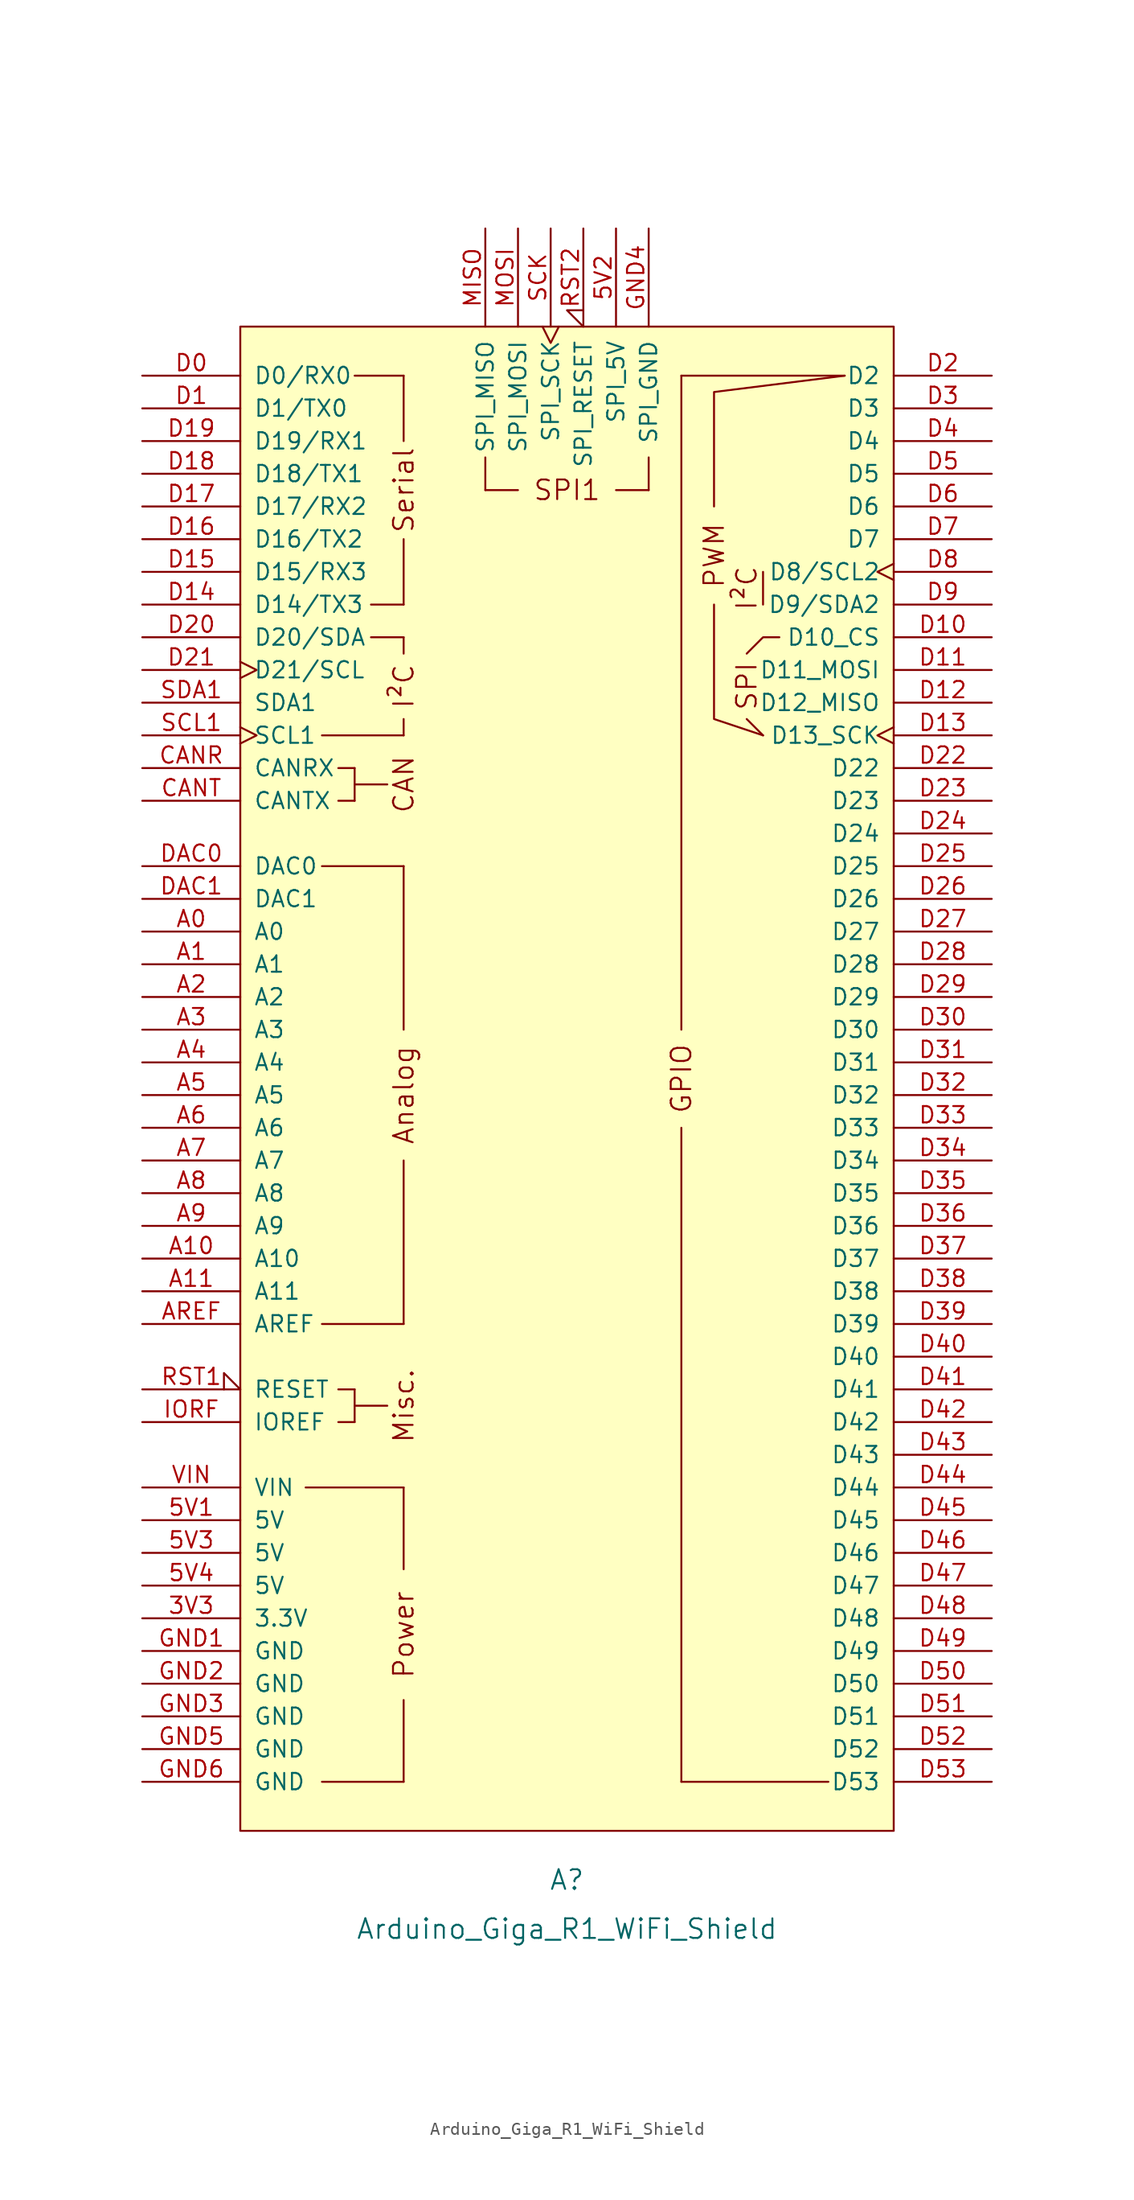
<source format=kicad_sym>
(kicad_symbol_lib
  (version 20211014)
  (generator kicad_symbol_editor)
  (symbol "Arduino_Giga_R1_WiFi_Shield"
    (pin_names
      (offset 1.016))
    (property "Reference" "A"
      (at 0 -62.23 0)
      (effects (font (size 1.524 1.524))))
    (property "Value" "Arduino_Giga_R1_WiFi_Shield"
      (at 0 -66.04 0)
      (effects (font (size 1.524 1.524))))
    (symbol "Arduino_Giga_R1_WiFi_Shield_0_0"
      (rectangle (start -25.4 -58.42) (end 25.4 58.42) (stroke (width 0) (type default) (color 0 0 0 0)) (fill (type background)))
      (rectangle (start -20.32 -31.75) (end -12.7 -31.75) (stroke (width 0) (type default) (color 0 0 0 0)) (fill (type none)))
      (rectangle (start -19.05 -54.61) (end -12.7 -54.61) (stroke (width 0) (type default) (color 0 0 0 0)) (fill (type none)))
      (rectangle (start -19.05 -19.05) (end -12.7 -19.05) (stroke (width 0) (type default) (color 0 0 0 0)) (fill (type none)))
      (rectangle (start -19.05 16.51) (end -12.7 16.51) (stroke (width 0) (type default) (color 0 0 0 0)) (fill (type none)))
      (rectangle (start -19.05 26.67) (end -12.7 26.67) (stroke (width 0) (type default) (color 0 0 0 0)) (fill (type none)))
      (rectangle (start -17.78 -26.67) (end -16.51 -26.67) (stroke (width 0) (type default) (color 0 0 0 0)) (fill (type none)))
      (rectangle (start -17.78 -24.13) (end -16.51 -24.13) (stroke (width 0) (type default) (color 0 0 0 0)) (fill (type none)))
      (rectangle (start -17.78 21.59) (end -16.51 21.59) (stroke (width 0) (type default) (color 0 0 0 0)) (fill (type none)))
      (rectangle (start -17.78 24.13) (end -16.51 24.13) (stroke (width 0) (type default) (color 0 0 0 0)) (fill (type none)))
      (rectangle (start -16.51 -25.4) (end -13.97 -25.4) (stroke (width 0) (type default) (color 0 0 0 0)) (fill (type none)))
      (rectangle (start -16.51 -24.13) (end -16.51 -26.67) (stroke (width 0) (type default) (color 0 0 0 0)) (fill (type none)))
      (rectangle (start -16.51 22.86) (end -13.97 22.86) (stroke (width 0) (type default) (color 0 0 0 0)) (fill (type none)))
      (rectangle (start -16.51 24.13) (end -16.51 21.59) (stroke (width 0) (type default) (color 0 0 0 0)) (fill (type none)))
      (rectangle (start -16.51 54.61) (end -12.7 54.61) (stroke (width 0) (type default) (color 0 0 0 0)) (fill (type none)))
      (rectangle (start -15.24 34.29) (end -12.7 34.29) (stroke (width 0) (type default) (color 0 0 0 0)) (fill (type none)))
      (rectangle (start -15.24 36.83) (end -12.7 36.83) (stroke (width 0) (type default) (color 0 0 0 0)) (fill (type none)))
      (rectangle (start -12.7 -54.61) (end -12.7 -48.26) (stroke (width 0) (type default) (color 0 0 0 0)) (fill (type none)))
      (rectangle (start -12.7 -31.75) (end -12.7 -38.1) (stroke (width 0) (type default) (color 0 0 0 0)) (fill (type none)))
      (rectangle (start -12.7 -6.35) (end -12.7 -19.05) (stroke (width 0) (type default) (color 0 0 0 0)) (fill (type none)))
      (rectangle (start -12.7 16.51) (end -12.7 3.81) (stroke (width 0) (type default) (color 0 0 0 0)) (fill (type none)))
      (rectangle (start -12.7 26.67) (end -12.7 27.94) (stroke (width 0) (type default) (color 0 0 0 0)) (fill (type none)))
      (rectangle (start -12.7 34.29) (end -12.7 33.02) (stroke (width 0) (type default) (color 0 0 0 0)) (fill (type none)))
      (rectangle (start -12.7 41.91) (end -12.7 36.83) (stroke (width 0) (type default) (color 0 0 0 0)) (fill (type none)))
      (rectangle (start -12.7 49.53) (end -12.7 54.61) (stroke (width 0) (type default) (color 0 0 0 0)) (fill (type none)))
      (rectangle (start -6.35 45.72) (end -3.81 45.72) (stroke (width 0) (type default) (color 0 0 0 0)) (fill (type none)))
      (rectangle (start -6.35 48.26) (end -6.35 45.72) (stroke (width 0) (type default) (color 0 0 0 0)) (fill (type none)))
      (polyline (pts (xy 8.89 -54.61) (xy 20.32 -54.61)) (stroke (width 0) (type default) (color 0 0 0 0)) (fill (type none)))
      (polyline (pts (xy 15.24 26.67) (xy 13.97 27.94)) (stroke (width 0) (type default) (color 0 0 0 0)) (fill (type none)))
      (polyline (pts (xy 15.24 39.37) (xy 15.24 36.83)) (stroke (width 0) (type default) (color 0 0 0 0)) (fill (type none)))
      (polyline (pts (xy 21.59 54.61) (xy 8.89 54.61)) (stroke (width 0) (type default) (color 0 0 0 0)) (fill (type none)))
      (polyline (pts (xy 11.43 44.45) (xy 11.43 53.34) (xy 21.59 54.61)) (stroke (width 0) (type default) (color 0 0 0 0)) (fill (type none)))
      (polyline (pts (xy 13.97 33.02) (xy 15.24 34.29) (xy 16.51 34.29)) (stroke (width 0) (type default) (color 0 0 0 0)) (fill (type none)))
      (polyline (pts (xy 15.24 26.67) (xy 11.43 27.94) (xy 11.43 36.83)) (stroke (width 0) (type default) (color 0 0 0 0)) (fill (type none)))
      (rectangle (start 3.81 45.72) (end 6.35 45.72) (stroke (width 0) (type default) (color 0 0 0 0)) (fill (type none)))
      (rectangle (start 6.35 48.26) (end 6.35 45.72) (stroke (width 0) (type default) (color 0 0 0 0)) (fill (type none)))
      (text "Analog" (at -12.7 -1.27 900) (effects (font (size 1.524 1.524))))
      (text "CAN" (at -12.7 22.86 900) (effects (font (size 1.524 1.524))))
      (text "I²C" (at -12.7 30.48 900) (effects (font (size 1.524 1.524))))
      (text "I²C" (at 13.97 38.1 900) (effects (font (size 1.524 1.524))))
      (text "Misc." (at -12.7 -25.4 900) (effects (font (size 1.524 1.524))))
      (text "Power" (at -12.7 -43.18 900) (effects (font (size 1.524 1.524))))
      (text "PWM" (at 11.43 40.64 900) (effects (font (size 1.524 1.524))))
      (text "Serial" (at -12.7 45.72 900) (effects (font (size 1.524 1.524))))
      (text "SPI" (at 13.97 30.48 900) (effects (font (size 1.524 1.524))))
      (text "SPI1" (at 0 45.72 0) (effects (font (size 1.524 1.524)))))
    (symbol "Arduino_Giga_R1_WiFi_Shield_1_0"
      (rectangle (start 8.89 -3.81) (end 8.89 -54.61) (stroke (width 0) (type default) (color 0 0 0 0)) (fill (type none)))
      (rectangle (start 8.89 54.61) (end 8.89 3.81) (stroke (width 0) (type default) (color 0 0 0 0)) (fill (type none)))
      (text "GPIO" (at 8.89 0 900) (effects (font (size 1.524 1.524)))))
    (symbol "Arduino_Giga_R1_WiFi_Shield_1_1"
      (pin power_out line (at -33.02 -41.91 0) (length 7.62) (name "3.3V" (effects (font (size 1.27 1.27)))) (number "3V3" (effects (font (size 1.27 1.27)))))
      (pin power_in line (at -33.02 -34.29 0) (length 7.62) (name "5V" (effects (font (size 1.27 1.27)))) (number "5V1" (effects (font (size 1.27 1.27)))))
      (pin power_in line (at 3.81 66.04 270) (length 7.62) (name "SPI_5V" (effects (font (size 1.27 1.27)))) (number "5V2" (effects (font (size 1.27 1.27)))))
      (pin power_in line (at -33.02 -36.83 0) (length 7.62) (name "5V" (effects (font (size 1.27 1.27)))) (number "5V3" (effects (font (size 1.27 1.27)))))
      (pin power_in line (at -33.02 -39.37 0) (length 7.62) (name "5V" (effects (font (size 1.27 1.27)))) (number "5V4" (effects (font (size 1.27 1.27)))))
      (pin bidirectional line (at -33.02 11.43 0) (length 7.62) (name "A0" (effects (font (size 1.27 1.27)))) (number "A0" (effects (font (size 1.27 1.27)))))
      (pin bidirectional line (at -33.02 8.89 0) (length 7.62) (name "A1" (effects (font (size 1.27 1.27)))) (number "A1" (effects (font (size 1.27 1.27)))))
      (pin input line (at -33.02 -13.97 0) (length 7.62) (name "A10" (effects (font (size 1.27 1.27)))) (number "A10" (effects (font (size 1.27 1.27)))))
      (pin input line (at -33.02 -16.51 0) (length 7.62) (name "A11" (effects (font (size 1.27 1.27)))) (number "A11" (effects (font (size 1.27 1.27)))))
      (pin bidirectional line (at -33.02 6.35 0) (length 7.62) (name "A2" (effects (font (size 1.27 1.27)))) (number "A2" (effects (font (size 1.27 1.27)))))
      (pin bidirectional line (at -33.02 3.81 0) (length 7.62) (name "A3" (effects (font (size 1.27 1.27)))) (number "A3" (effects (font (size 1.27 1.27)))))
      (pin bidirectional line (at -33.02 1.27 0) (length 7.62) (name "A4" (effects (font (size 1.27 1.27)))) (number "A4" (effects (font (size 1.27 1.27)))))
      (pin bidirectional line (at -33.02 -1.27 0) (length 7.62) (name "A5" (effects (font (size 1.27 1.27)))) (number "A5" (effects (font (size 1.27 1.27)))))
      (pin bidirectional line (at -33.02 -3.81 0) (length 7.62) (name "A6" (effects (font (size 1.27 1.27)))) (number "A6" (effects (font (size 1.27 1.27)))))
      (pin bidirectional line (at -33.02 -6.35 0) (length 7.62) (name "A7" (effects (font (size 1.27 1.27)))) (number "A7" (effects (font (size 1.27 1.27)))))
      (pin input line (at -33.02 -8.89 0) (length 7.62) (name "A8" (effects (font (size 1.27 1.27)))) (number "A8" (effects (font (size 1.27 1.27)))))
      (pin input line (at -33.02 -11.43 0) (length 7.62) (name "A9" (effects (font (size 1.27 1.27)))) (number "A9" (effects (font (size 1.27 1.27)))))
      (pin input line (at -33.02 -19.05 0) (length 7.62) (name "AREF" (effects (font (size 1.27 1.27)))) (number "AREF" (effects (font (size 1.27 1.27)))))
      (pin bidirectional line (at -33.02 24.13 0) (length 7.62) (name "CANRX" (effects (font (size 1.27 1.27)))) (number "CANR" (effects (font (size 1.27 1.27)))))
      (pin bidirectional line (at -33.02 21.59 0) (length 7.62) (name "CANTX" (effects (font (size 1.27 1.27)))) (number "CANT" (effects (font (size 1.27 1.27)))))
      (pin bidirectional line (at -33.02 54.61 0) (length 7.62) (name "D0/RX0" (effects (font (size 1.27 1.27)))) (number "D0" (effects (font (size 1.27 1.27)))))
      (pin bidirectional line (at -33.02 52.07 0) (length 7.62) (name "D1/TX0" (effects (font (size 1.27 1.27)))) (number "D1" (effects (font (size 1.27 1.27)))))
      (pin bidirectional line (at 33.02 34.29 180) (length 7.62) (name "D10_CS" (effects (font (size 1.27 1.27)))) (number "D10" (effects (font (size 1.27 1.27)))))
      (pin bidirectional line (at 33.02 31.75 180) (length 7.62) (name "D11_MOSI" (effects (font (size 1.27 1.27)))) (number "D11" (effects (font (size 1.27 1.27)))))
      (pin bidirectional line (at 33.02 29.21 180) (length 7.62) (name "D12_MISO" (effects (font (size 1.27 1.27)))) (number "D12" (effects (font (size 1.27 1.27)))))
      (pin bidirectional clock (at 33.02 26.67 180) (length 7.62) (name "D13_SCK" (effects (font (size 1.27 1.27)))) (number "D13" (effects (font (size 1.27 1.27)))))
      (pin bidirectional line (at -33.02 36.83 0) (length 7.62) (name "D14/TX3" (effects (font (size 1.27 1.27)))) (number "D14" (effects (font (size 1.27 1.27)))))
      (pin bidirectional line (at -33.02 39.37 0) (length 7.62) (name "D15/RX3" (effects (font (size 1.27 1.27)))) (number "D15" (effects (font (size 1.27 1.27)))))
      (pin bidirectional line (at -33.02 41.91 0) (length 7.62) (name "D16/TX2" (effects (font (size 1.27 1.27)))) (number "D16" (effects (font (size 1.27 1.27)))))
      (pin bidirectional line (at -33.02 44.45 0) (length 7.62) (name "D17/RX2" (effects (font (size 1.27 1.27)))) (number "D17" (effects (font (size 1.27 1.27)))))
      (pin bidirectional line (at -33.02 46.99 0) (length 7.62) (name "D18/TX1" (effects (font (size 1.27 1.27)))) (number "D18" (effects (font (size 1.27 1.27)))))
      (pin bidirectional line (at -33.02 49.53 0) (length 7.62) (name "D19/RX1" (effects (font (size 1.27 1.27)))) (number "D19" (effects (font (size 1.27 1.27)))))
      (pin bidirectional line (at 33.02 54.61 180) (length 7.62) (name "D2" (effects (font (size 1.27 1.27)))) (number "D2" (effects (font (size 1.27 1.27)))))
      (pin bidirectional line (at -33.02 34.29 0) (length 7.62) (name "D20/SDA" (effects (font (size 1.27 1.27)))) (number "D20" (effects (font (size 1.27 1.27)))))
      (pin bidirectional clock (at -33.02 31.75 0) (length 7.62) (name "D21/SCL" (effects (font (size 1.27 1.27)))) (number "D21" (effects (font (size 1.27 1.27)))))
      (pin bidirectional line (at 33.02 24.13 180) (length 7.62) (name "D22" (effects (font (size 1.27 1.27)))) (number "D22" (effects (font (size 1.27 1.27)))))
      (pin bidirectional line (at 33.02 21.59 180) (length 7.62) (name "D23" (effects (font (size 1.27 1.27)))) (number "D23" (effects (font (size 1.27 1.27)))))
      (pin bidirectional line (at 33.02 19.05 180) (length 7.62) (name "D24" (effects (font (size 1.27 1.27)))) (number "D24" (effects (font (size 1.27 1.27)))))
      (pin bidirectional line (at 33.02 16.51 180) (length 7.62) (name "D25" (effects (font (size 1.27 1.27)))) (number "D25" (effects (font (size 1.27 1.27)))))
      (pin bidirectional line (at 33.02 13.97 180) (length 7.62) (name "D26" (effects (font (size 1.27 1.27)))) (number "D26" (effects (font (size 1.27 1.27)))))
      (pin bidirectional line (at 33.02 11.43 180) (length 7.62) (name "D27" (effects (font (size 1.27 1.27)))) (number "D27" (effects (font (size 1.27 1.27)))))
      (pin bidirectional line (at 33.02 8.89 180) (length 7.62) (name "D28" (effects (font (size 1.27 1.27)))) (number "D28" (effects (font (size 1.27 1.27)))))
      (pin bidirectional line (at 33.02 6.35 180) (length 7.62) (name "D29" (effects (font (size 1.27 1.27)))) (number "D29" (effects (font (size 1.27 1.27)))))
      (pin bidirectional line (at 33.02 52.07 180) (length 7.62) (name "D3" (effects (font (size 1.27 1.27)))) (number "D3" (effects (font (size 1.27 1.27)))))
      (pin bidirectional line (at 33.02 3.81 180) (length 7.62) (name "D30" (effects (font (size 1.27 1.27)))) (number "D30" (effects (font (size 1.27 1.27)))))
      (pin bidirectional line (at 33.02 1.27 180) (length 7.62) (name "D31" (effects (font (size 1.27 1.27)))) (number "D31" (effects (font (size 1.27 1.27)))))
      (pin bidirectional line (at 33.02 -1.27 180) (length 7.62) (name "D32" (effects (font (size 1.27 1.27)))) (number "D32" (effects (font (size 1.27 1.27)))))
      (pin bidirectional line (at 33.02 -3.81 180) (length 7.62) (name "D33" (effects (font (size 1.27 1.27)))) (number "D33" (effects (font (size 1.27 1.27)))))
      (pin bidirectional line (at 33.02 -6.35 180) (length 7.62) (name "D34" (effects (font (size 1.27 1.27)))) (number "D34" (effects (font (size 1.27 1.27)))))
      (pin bidirectional line (at 33.02 -8.89 180) (length 7.62) (name "D35" (effects (font (size 1.27 1.27)))) (number "D35" (effects (font (size 1.27 1.27)))))
      (pin bidirectional line (at 33.02 -11.43 180) (length 7.62) (name "D36" (effects (font (size 1.27 1.27)))) (number "D36" (effects (font (size 1.27 1.27)))))
      (pin bidirectional line (at 33.02 -13.97 180) (length 7.62) (name "D37" (effects (font (size 1.27 1.27)))) (number "D37" (effects (font (size 1.27 1.27)))))
      (pin bidirectional line (at 33.02 -16.51 180) (length 7.62) (name "D38" (effects (font (size 1.27 1.27)))) (number "D38" (effects (font (size 1.27 1.27)))))
      (pin bidirectional line (at 33.02 -19.05 180) (length 7.62) (name "D39" (effects (font (size 1.27 1.27)))) (number "D39" (effects (font (size 1.27 1.27)))))
      (pin bidirectional line (at 33.02 49.53 180) (length 7.62) (name "D4" (effects (font (size 1.27 1.27)))) (number "D4" (effects (font (size 1.27 1.27)))))
      (pin bidirectional line (at 33.02 -21.59 180) (length 7.62) (name "D40" (effects (font (size 1.27 1.27)))) (number "D40" (effects (font (size 1.27 1.27)))))
      (pin bidirectional line (at 33.02 -24.13 180) (length 7.62) (name "D41" (effects (font (size 1.27 1.27)))) (number "D41" (effects (font (size 1.27 1.27)))))
      (pin bidirectional line (at 33.02 -26.67 180) (length 7.62) (name "D42" (effects (font (size 1.27 1.27)))) (number "D42" (effects (font (size 1.27 1.27)))))
      (pin bidirectional line (at 33.02 -29.21 180) (length 7.62) (name "D43" (effects (font (size 1.27 1.27)))) (number "D43" (effects (font (size 1.27 1.27)))))
      (pin bidirectional line (at 33.02 -31.75 180) (length 7.62) (name "D44" (effects (font (size 1.27 1.27)))) (number "D44" (effects (font (size 1.27 1.27)))))
      (pin bidirectional line (at 33.02 -34.29 180) (length 7.62) (name "D45" (effects (font (size 1.27 1.27)))) (number "D45" (effects (font (size 1.27 1.27)))))
      (pin bidirectional line (at 33.02 -36.83 180) (length 7.62) (name "D46" (effects (font (size 1.27 1.27)))) (number "D46" (effects (font (size 1.27 1.27)))))
      (pin bidirectional line (at 33.02 -39.37 180) (length 7.62) (name "D47" (effects (font (size 1.27 1.27)))) (number "D47" (effects (font (size 1.27 1.27)))))
      (pin bidirectional line (at 33.02 -41.91 180) (length 7.62) (name "D48" (effects (font (size 1.27 1.27)))) (number "D48" (effects (font (size 1.27 1.27)))))
      (pin bidirectional line (at 33.02 -44.45 180) (length 7.62) (name "D49" (effects (font (size 1.27 1.27)))) (number "D49" (effects (font (size 1.27 1.27)))))
      (pin bidirectional line (at 33.02 46.99 180) (length 7.62) (name "D5" (effects (font (size 1.27 1.27)))) (number "D5" (effects (font (size 1.27 1.27)))))
      (pin bidirectional line (at 33.02 -46.99 180) (length 7.62) (name "D50" (effects (font (size 1.27 1.27)))) (number "D50" (effects (font (size 1.27 1.27)))))
      (pin bidirectional line (at 33.02 -49.53 180) (length 7.62) (name "D51" (effects (font (size 1.27 1.27)))) (number "D51" (effects (font (size 1.27 1.27)))))
      (pin bidirectional line (at 33.02 -52.07 180) (length 7.62) (name "D52" (effects (font (size 1.27 1.27)))) (number "D52" (effects (font (size 1.27 1.27)))))
      (pin bidirectional line (at 33.02 -54.61 180) (length 7.62) (name "D53" (effects (font (size 1.27 1.27)))) (number "D53" (effects (font (size 1.27 1.27)))))
      (pin bidirectional line (at 33.02 44.45 180) (length 7.62) (name "D6" (effects (font (size 1.27 1.27)))) (number "D6" (effects (font (size 1.27 1.27)))))
      (pin bidirectional line (at 33.02 41.91 180) (length 7.62) (name "D7" (effects (font (size 1.27 1.27)))) (number "D7" (effects (font (size 1.27 1.27)))))
      (pin bidirectional clock (at 33.02 39.37 180) (length 7.62) (name "D8/SCL2" (effects (font (size 1.27 1.27)))) (number "D8" (effects (font (size 1.27 1.27)))))
      (pin bidirectional line (at 33.02 36.83 180) (length 7.62) (name "D9/SDA2" (effects (font (size 1.27 1.27)))) (number "D9" (effects (font (size 1.27 1.27)))))
      (pin bidirectional line (at -33.02 16.51 0) (length 7.62) (name "DAC0" (effects (font (size 1.27 1.27)))) (number "DAC0" (effects (font (size 1.27 1.27)))))
      (pin bidirectional line (at -33.02 13.97 0) (length 7.62) (name "DAC1" (effects (font (size 1.27 1.27)))) (number "DAC1" (effects (font (size 1.27 1.27)))))
      (pin power_in line (at -33.02 -44.45 0) (length 7.62) (name "GND" (effects (font (size 1.27 1.27)))) (number "GND1" (effects (font (size 1.27 1.27)))))
      (pin power_in line (at -33.02 -46.99 0) (length 7.62) (name "GND" (effects (font (size 1.27 1.27)))) (number "GND2" (effects (font (size 1.27 1.27)))))
      (pin power_in line (at -33.02 -49.53 0) (length 7.62) (name "GND" (effects (font (size 1.27 1.27)))) (number "GND3" (effects (font (size 1.27 1.27)))))
      (pin power_in line (at 6.35 66.04 270) (length 7.62) (name "SPI_GND" (effects (font (size 1.27 1.27)))) (number "GND4" (effects (font (size 1.27 1.27)))))
      (pin power_in line (at -33.02 -52.07 0) (length 7.62) (name "GND" (effects (font (size 1.27 1.27)))) (number "GND5" (effects (font (size 1.27 1.27)))))
      (pin power_in line (at -33.02 -54.61 0) (length 7.62) (name "GND" (effects (font (size 1.27 1.27)))) (number "GND6" (effects (font (size 1.27 1.27)))))
      (pin output line (at -33.02 -26.67 0) (length 7.62) (name "IOREF" (effects (font (size 1.27 1.27)))) (number "IORF" (effects (font (size 1.27 1.27)))))
      (pin input line (at -6.35 66.04 270) (length 7.62) (name "SPI_MISO" (effects (font (size 1.27 1.27)))) (number "MISO" (effects (font (size 1.27 1.27)))))
      (pin output line (at -3.81 66.04 270) (length 7.62) (name "SPI_MOSI" (effects (font (size 1.27 1.27)))) (number "MOSI" (effects (font (size 1.27 1.27)))))
      (pin open_collector input_low (at -33.02 -24.13 0) (length 7.62) (name "RESET" (effects (font (size 1.27 1.27)))) (number "RST1" (effects (font (size 1.27 1.27)))))
      (pin open_collector input_low (at 1.27 66.04 270) (length 7.62) (name "SPI_RESET" (effects (font (size 1.27 1.27)))) (number "RST2" (effects (font (size 1.27 1.27)))))
      (pin output clock (at -1.27 66.04 270) (length 7.62) (name "SPI_SCK" (effects (font (size 1.27 1.27)))) (number "SCK" (effects (font (size 1.27 1.27)))))
      (pin bidirectional clock (at -33.02 26.67 0) (length 7.62) (name "SCL1" (effects (font (size 1.27 1.27)))) (number "SCL1" (effects (font (size 1.27 1.27)))))
      (pin bidirectional line (at -33.02 29.21 0) (length 7.62) (name "SDA1" (effects (font (size 1.27 1.27)))) (number "SDA1" (effects (font (size 1.27 1.27)))))
      (pin power_in line (at -33.02 -31.75 0) (length 7.62) (name "VIN" (effects (font (size 1.27 1.27)))) (number "VIN" (effects (font (size 1.27 1.27))))))))
</source>
